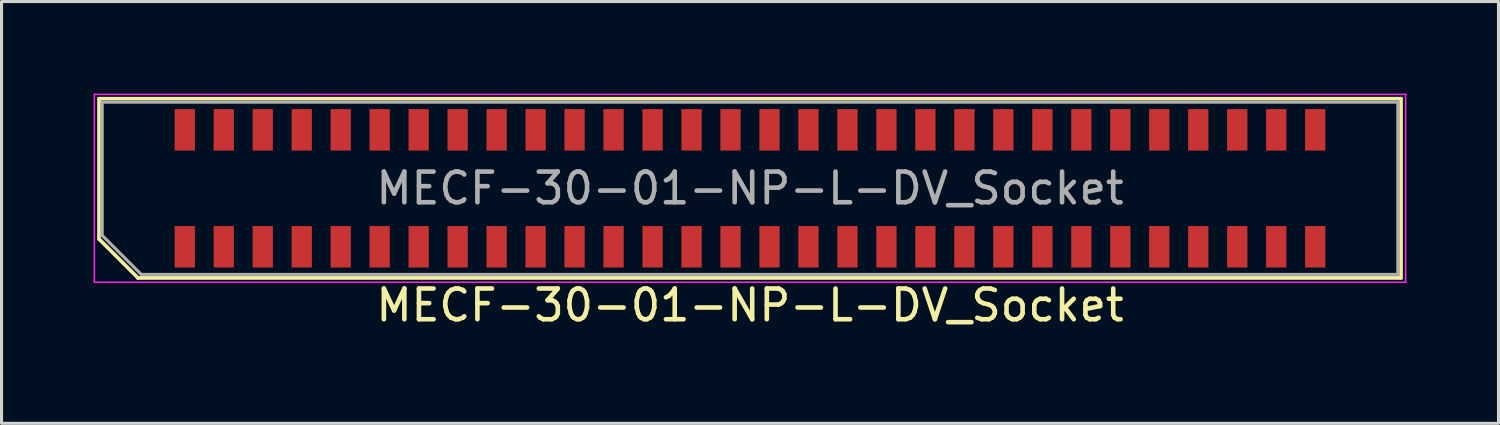
<source format=kicad_pcb>
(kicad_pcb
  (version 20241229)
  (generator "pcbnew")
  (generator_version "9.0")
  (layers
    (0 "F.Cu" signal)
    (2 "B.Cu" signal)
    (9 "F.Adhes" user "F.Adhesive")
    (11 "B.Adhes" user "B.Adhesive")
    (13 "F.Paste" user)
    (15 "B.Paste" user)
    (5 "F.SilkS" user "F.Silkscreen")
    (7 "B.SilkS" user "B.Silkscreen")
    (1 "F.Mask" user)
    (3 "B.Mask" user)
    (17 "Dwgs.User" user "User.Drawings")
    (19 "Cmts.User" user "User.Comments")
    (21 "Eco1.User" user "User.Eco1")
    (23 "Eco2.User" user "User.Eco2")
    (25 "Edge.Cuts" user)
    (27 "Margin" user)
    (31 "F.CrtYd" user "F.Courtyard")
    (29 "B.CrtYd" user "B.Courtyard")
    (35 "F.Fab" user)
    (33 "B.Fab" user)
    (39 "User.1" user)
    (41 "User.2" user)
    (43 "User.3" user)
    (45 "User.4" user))
  (footprint "MECF-30-01-NP-L-DV_Socket"
    (layer "F.Cu")
    (at 21.385 3.085)
    (property "Reference" "MECF-30-01-NP-L-DV_Socket" (at 0 3.81 0) (layer "F.SilkS") (effects (font (size 1 1) (thickness 0.15))))
    (attr smd)
    (fp_line (start -21.21 -2.92) (end 21.21 -2.92) (stroke (width 0.12) (type solid)) (layer "F.SilkS"))
    (fp_line (start -21.21 1.65) (end -21.21 -2.92) (stroke (width 0.12) (type solid)) (layer "F.SilkS"))
    (fp_line (start -19.94 2.92) (end -21.21 1.65) (stroke (width 0.12) (type solid)) (layer "F.SilkS"))
    (fp_line (start -19.94 2.92) (end 21.21 2.92) (stroke (width 0.12) (type solid)) (layer "F.SilkS"))
    (fp_line (start 21.21 2.92) (end 21.21 -2.92) (stroke (width 0.12) (type solid)) (layer "F.SilkS"))
    (fp_line (start -21.36 -3.06) (end -21.36 3.06) (stroke (width 0.05) (type solid)) (layer "F.CrtYd"))
    (fp_line (start -21.36 3.06) (end 21.36 3.06) (stroke (width 0.05) (type solid)) (layer "F.CrtYd"))
    (fp_line (start 21.36 -3.06) (end -21.36 -3.06) (stroke (width 0.05) (type solid)) (layer "F.CrtYd"))
    (fp_line (start 21.36 3.06) (end 21.36 -3.06) (stroke (width 0.05) (type solid)) (layer "F.CrtYd"))
    (fp_line (start -21.105 -2.805) (end 21.105 -2.805) (stroke (width 0.1) (type solid)) (layer "F.Fab"))
    (fp_line (start -21.105 1.535) (end -21.105 -2.805) (stroke (width 0.1) (type solid)) (layer "F.Fab"))
    (fp_line (start -21.105 1.535) (end -19.835 2.805) (stroke (width 0.1) (type solid)) (layer "F.Fab"))
    (fp_line (start -19.835 2.805) (end 21.105 2.805) (stroke (width 0.1) (type solid)) (layer "F.Fab"))
    (fp_line (start 21.105 2.805) (end 21.105 -2.805) (stroke (width 0.1) (type solid)) (layer "F.Fab"))
    (fp_text user "${REFERENCE}" (at 0 0 0) (layer "F.Fab") (effects (font (size 1 1) (thickness 0.15))))
    (pad "" np_thru_hole circle (at -20.195 0) (size 0.001 0.001) (drill 1.45) (layers "*.Cu" "*.Mask"))
    (pad "" np_thru_hole circle (at 20.195 1) (size 0.001 0.001) (drill 1.45) (layers "*.Cu" "*.Mask"))
    (pad "1" smd rect (at -18.415 1.905) (size 0.66 1.35) (layers "F.Cu" "F.Mask" "F.Paste"))
    (pad "2" smd rect (at -18.415 -1.905) (size 0.66 1.35) (layers "F.Cu" "F.Mask" "F.Paste"))
    (pad "3" smd rect (at -17.145 1.905) (size 0.66 1.35) (layers "F.Cu" "F.Mask" "F.Paste"))
    (pad "4" smd rect (at -17.145 -1.905) (size 0.66 1.35) (layers "F.Cu" "F.Mask" "F.Paste"))
    (pad "5" smd rect (at -15.875 1.905) (size 0.66 1.35) (layers "F.Cu" "F.Mask" "F.Paste"))
    (pad "6" smd rect (at -15.875 -1.905) (size 0.66 1.35) (layers "F.Cu" "F.Mask" "F.Paste"))
    (pad "7" smd rect (at -14.605 1.905) (size 0.66 1.35) (layers "F.Cu" "F.Mask" "F.Paste"))
    (pad "8" smd rect (at -14.605 -1.905) (size 0.66 1.35) (layers "F.Cu" "F.Mask" "F.Paste"))
    (pad "9" smd rect (at -13.335 1.905) (size 0.66 1.35) (layers "F.Cu" "F.Mask" "F.Paste"))
    (pad "10" smd rect (at -13.335 -1.905) (size 0.66 1.35) (layers "F.Cu" "F.Mask" "F.Paste"))
    (pad "11" smd rect (at -12.065 1.905) (size 0.66 1.35) (layers "F.Cu" "F.Mask" "F.Paste"))
    (pad "12" smd rect (at -12.065 -1.905) (size 0.66 1.35) (layers "F.Cu" "F.Mask" "F.Paste"))
    (pad "13" smd rect (at -10.795 1.905) (size 0.66 1.35) (layers "F.Cu" "F.Mask" "F.Paste"))
    (pad "14" smd rect (at -10.795 -1.905) (size 0.66 1.35) (layers "F.Cu" "F.Mask" "F.Paste"))
    (pad "15" smd rect (at -9.525 1.905) (size 0.66 1.35) (layers "F.Cu" "F.Mask" "F.Paste"))
    (pad "16" smd rect (at -9.525 -1.905) (size 0.66 1.35) (layers "F.Cu" "F.Mask" "F.Paste"))
    (pad "17" smd rect (at -8.255 1.905) (size 0.66 1.35) (layers "F.Cu" "F.Mask" "F.Paste"))
    (pad "18" smd rect (at -8.255 -1.905) (size 0.66 1.35) (layers "F.Cu" "F.Mask" "F.Paste"))
    (pad "19" smd rect (at -6.985 1.905) (size 0.66 1.35) (layers "F.Cu" "F.Mask" "F.Paste"))
    (pad "20" smd rect (at -6.985 -1.905) (size 0.66 1.35) (layers "F.Cu" "F.Mask" "F.Paste"))
    (pad "21" smd rect (at -5.715 1.905) (size 0.66 1.35) (layers "F.Cu" "F.Mask" "F.Paste"))
    (pad "22" smd rect (at -5.715 -1.905) (size 0.66 1.35) (layers "F.Cu" "F.Mask" "F.Paste"))
    (pad "23" smd rect (at -4.445 1.905) (size 0.66 1.35) (layers "F.Cu" "F.Mask" "F.Paste"))
    (pad "24" smd rect (at -4.445 -1.905) (size 0.66 1.35) (layers "F.Cu" "F.Mask" "F.Paste"))
    (pad "25" smd rect (at -3.175 1.905) (size 0.66 1.35) (layers "F.Cu" "F.Mask" "F.Paste"))
    (pad "26" smd rect (at -3.175 -1.905) (size 0.66 1.35) (layers "F.Cu" "F.Mask" "F.Paste"))
    (pad "27" smd rect (at -1.905 1.905) (size 0.66 1.35) (layers "F.Cu" "F.Mask" "F.Paste"))
    (pad "28" smd rect (at -1.905 -1.905) (size 0.66 1.35) (layers "F.Cu" "F.Mask" "F.Paste"))
    (pad "29" smd rect (at -0.635 1.905) (size 0.66 1.35) (layers "F.Cu" "F.Mask" "F.Paste"))
    (pad "30" smd rect (at -0.635 -1.905) (size 0.66 1.35) (layers "F.Cu" "F.Mask" "F.Paste"))
    (pad "31" smd rect (at 0.635 1.905) (size 0.66 1.35) (layers "F.Cu" "F.Mask" "F.Paste"))
    (pad "32" smd rect (at 0.635 -1.905) (size 0.66 1.35) (layers "F.Cu" "F.Mask" "F.Paste"))
    (pad "33" smd rect (at 1.905 1.905) (size 0.66 1.35) (layers "F.Cu" "F.Mask" "F.Paste"))
    (pad "34" smd rect (at 1.905 -1.905) (size 0.66 1.35) (layers "F.Cu" "F.Mask" "F.Paste"))
    (pad "35" smd rect (at 3.175 1.905) (size 0.66 1.35) (layers "F.Cu" "F.Mask" "F.Paste"))
    (pad "36" smd rect (at 3.175 -1.905) (size 0.66 1.35) (layers "F.Cu" "F.Mask" "F.Paste"))
    (pad "37" smd rect (at 4.445 1.905) (size 0.66 1.35) (layers "F.Cu" "F.Mask" "F.Paste"))
    (pad "38" smd rect (at 4.445 -1.905) (size 0.66 1.35) (layers "F.Cu" "F.Mask" "F.Paste"))
    (pad "39" smd rect (at 5.715 1.905) (size 0.66 1.35) (layers "F.Cu" "F.Mask" "F.Paste"))
    (pad "40" smd rect (at 5.715 -1.905) (size 0.66 1.35) (layers "F.Cu" "F.Mask" "F.Paste"))
    (pad "41" smd rect (at 6.985 1.905) (size 0.66 1.35) (layers "F.Cu" "F.Mask" "F.Paste"))
    (pad "42" smd rect (at 6.985 -1.905) (size 0.66 1.35) (layers "F.Cu" "F.Mask" "F.Paste"))
    (pad "43" smd rect (at 8.255 1.905) (size 0.66 1.35) (layers "F.Cu" "F.Mask" "F.Paste"))
    (pad "44" smd rect (at 8.255 -1.905) (size 0.66 1.35) (layers "F.Cu" "F.Mask" "F.Paste"))
    (pad "45" smd rect (at 9.525 1.905) (size 0.66 1.35) (layers "F.Cu" "F.Mask" "F.Paste"))
    (pad "46" smd rect (at 9.525 -1.905) (size 0.66 1.35) (layers "F.Cu" "F.Mask" "F.Paste"))
    (pad "47" smd rect (at 10.795 1.905) (size 0.66 1.35) (layers "F.Cu" "F.Mask" "F.Paste"))
    (pad "48" smd rect (at 10.795 -1.905) (size 0.66 1.35) (layers "F.Cu" "F.Mask" "F.Paste"))
    (pad "49" smd rect (at 12.065 1.905) (size 0.66 1.35) (layers "F.Cu" "F.Mask" "F.Paste"))
    (pad "50" smd rect (at 12.065 -1.905) (size 0.66 1.35) (layers "F.Cu" "F.Mask" "F.Paste"))
    (pad "51" smd rect (at 13.335 1.905) (size 0.66 1.35) (layers "F.Cu" "F.Mask" "F.Paste"))
    (pad "52" smd rect (at 13.335 -1.905) (size 0.66 1.35) (layers "F.Cu" "F.Mask" "F.Paste"))
    (pad "53" smd rect (at 14.605 1.905) (size 0.66 1.35) (layers "F.Cu" "F.Mask" "F.Paste"))
    (pad "54" smd rect (at 14.605 -1.905) (size 0.66 1.35) (layers "F.Cu" "F.Mask" "F.Paste"))
    (pad "55" smd rect (at 15.875 1.905) (size 0.66 1.35) (layers "F.Cu" "F.Mask" "F.Paste"))
    (pad "56" smd rect (at 15.875 -1.905) (size 0.66 1.35) (layers "F.Cu" "F.Mask" "F.Paste"))
    (pad "57" smd rect (at 17.145 1.905) (size 0.66 1.35) (layers "F.Cu" "F.Mask" "F.Paste"))
    (pad "58" smd rect (at 17.145 -1.905) (size 0.66 1.35) (layers "F.Cu" "F.Mask" "F.Paste"))
    (pad "59" smd rect (at 18.415 1.905) (size 0.66 1.35) (layers "F.Cu" "F.Mask" "F.Paste"))
    (pad "60" smd rect (at 18.415 -1.905) (size 0.66 1.35) (layers "F.Cu" "F.Mask" "F.Paste")))
  (gr_rect
    (start -3 -3)
    (end 45.77 10.743)
    (stroke (width 0.1) (type default))
    (fill no)
    (layer "Edge.Cuts")))
</source>
